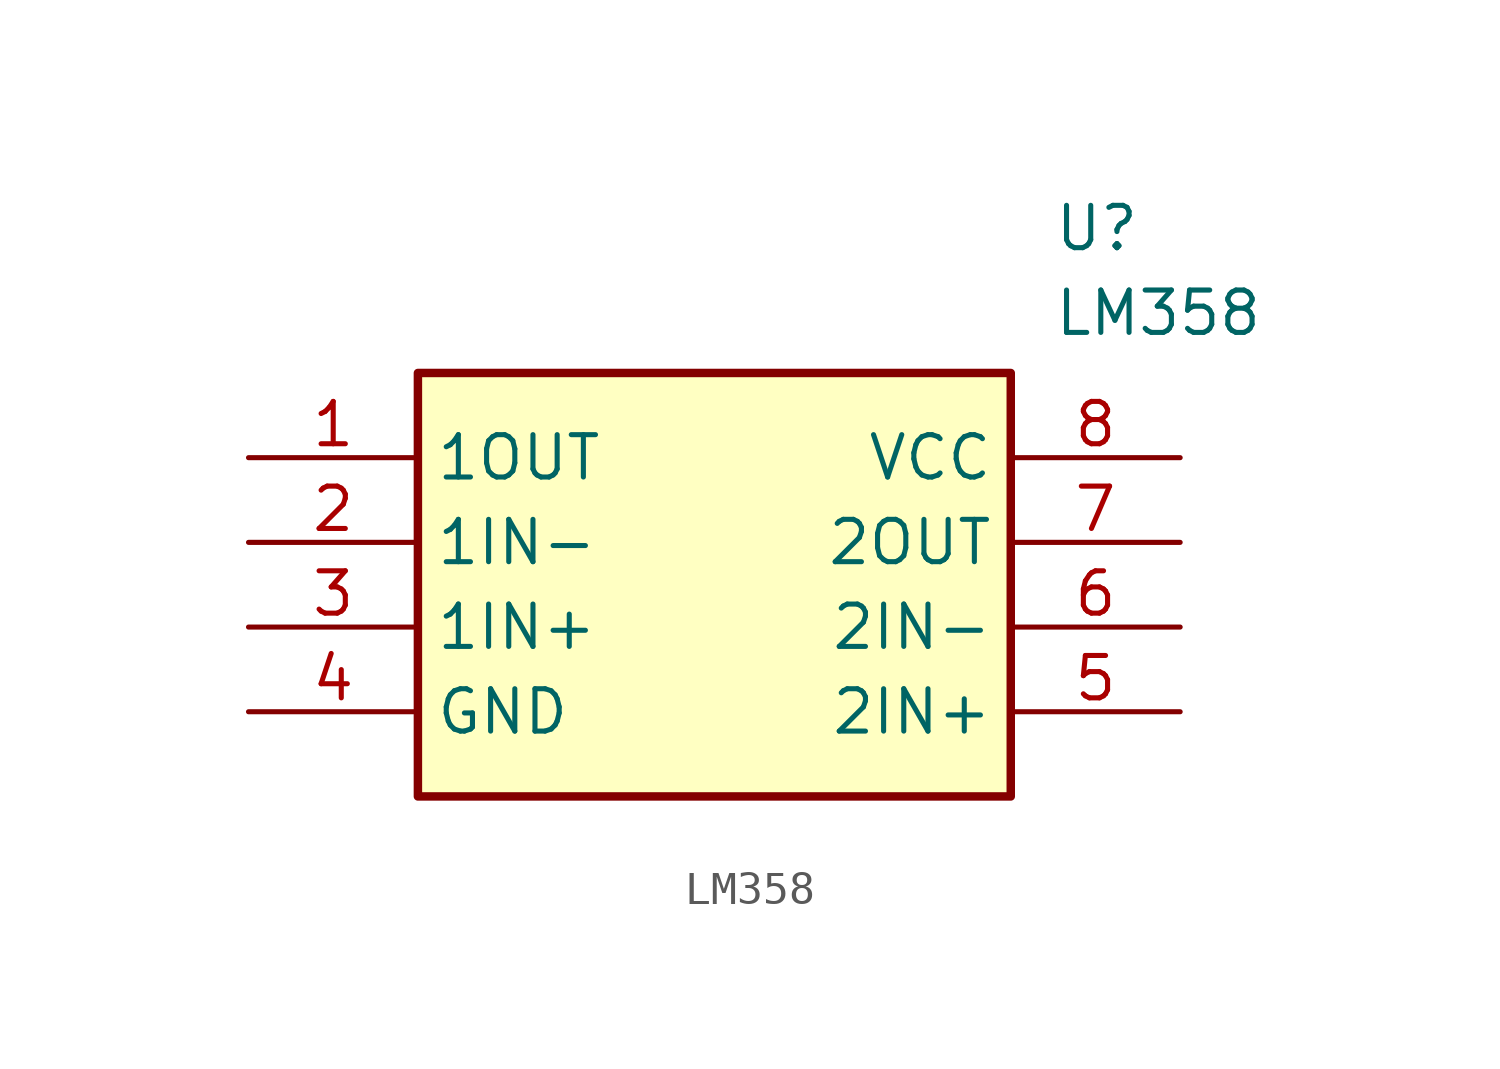
<source format=kicad_sym>
(kicad_symbol_lib
  (version 20241209)
  (generator "kicad_symbol_editor")
  (generator_version "9.0")
  (symbol "LM358"
    (property "Reference" "U"
      (at 24.13 7.62 0)
      (effects (font (size 1.27 1.27)) (justify left top)))
    (property "Value" "LM358"
      (at 24.13 5.08 0)
      (effects (font (size 1.27 1.27)) (justify left top)))
    (symbol "LM358_1_1"
      (rectangle (start 5.08 2.54) (end 22.86 -10.16) (stroke (width 0.254) (type default)) (fill (type background)))
      (pin passive line (at 0 0 0) (length 5.08) (name "1OUT" (effects (font (size 1.27 1.27)))) (number "1" (effects (font (size 1.27 1.27)))))
      (pin passive line (at 0 -2.54 0) (length 5.08) (name "1IN-" (effects (font (size 1.27 1.27)))) (number "2" (effects (font (size 1.27 1.27)))))
      (pin passive line (at 0 -5.08 0) (length 5.08) (name "1IN+" (effects (font (size 1.27 1.27)))) (number "3" (effects (font (size 1.27 1.27)))))
      (pin passive line (at 0 -7.62 0) (length 5.08) (name "GND" (effects (font (size 1.27 1.27)))) (number "4" (effects (font (size 1.27 1.27)))))
      (pin passive line (at 27.94 0 180) (length 5.08) (name "VCC" (effects (font (size 1.27 1.27)))) (number "8" (effects (font (size 1.27 1.27)))))
      (pin passive line (at 27.94 -2.54 180) (length 5.08) (name "2OUT" (effects (font (size 1.27 1.27)))) (number "7" (effects (font (size 1.27 1.27)))))
      (pin passive line (at 27.94 -5.08 180) (length 5.08) (name "2IN-" (effects (font (size 1.27 1.27)))) (number "6" (effects (font (size 1.27 1.27)))))
      (pin passive line (at 27.94 -7.62 180) (length 5.08) (name "2IN+" (effects (font (size 1.27 1.27)))) (number "5" (effects (font (size 1.27 1.27))))))))
</source>
